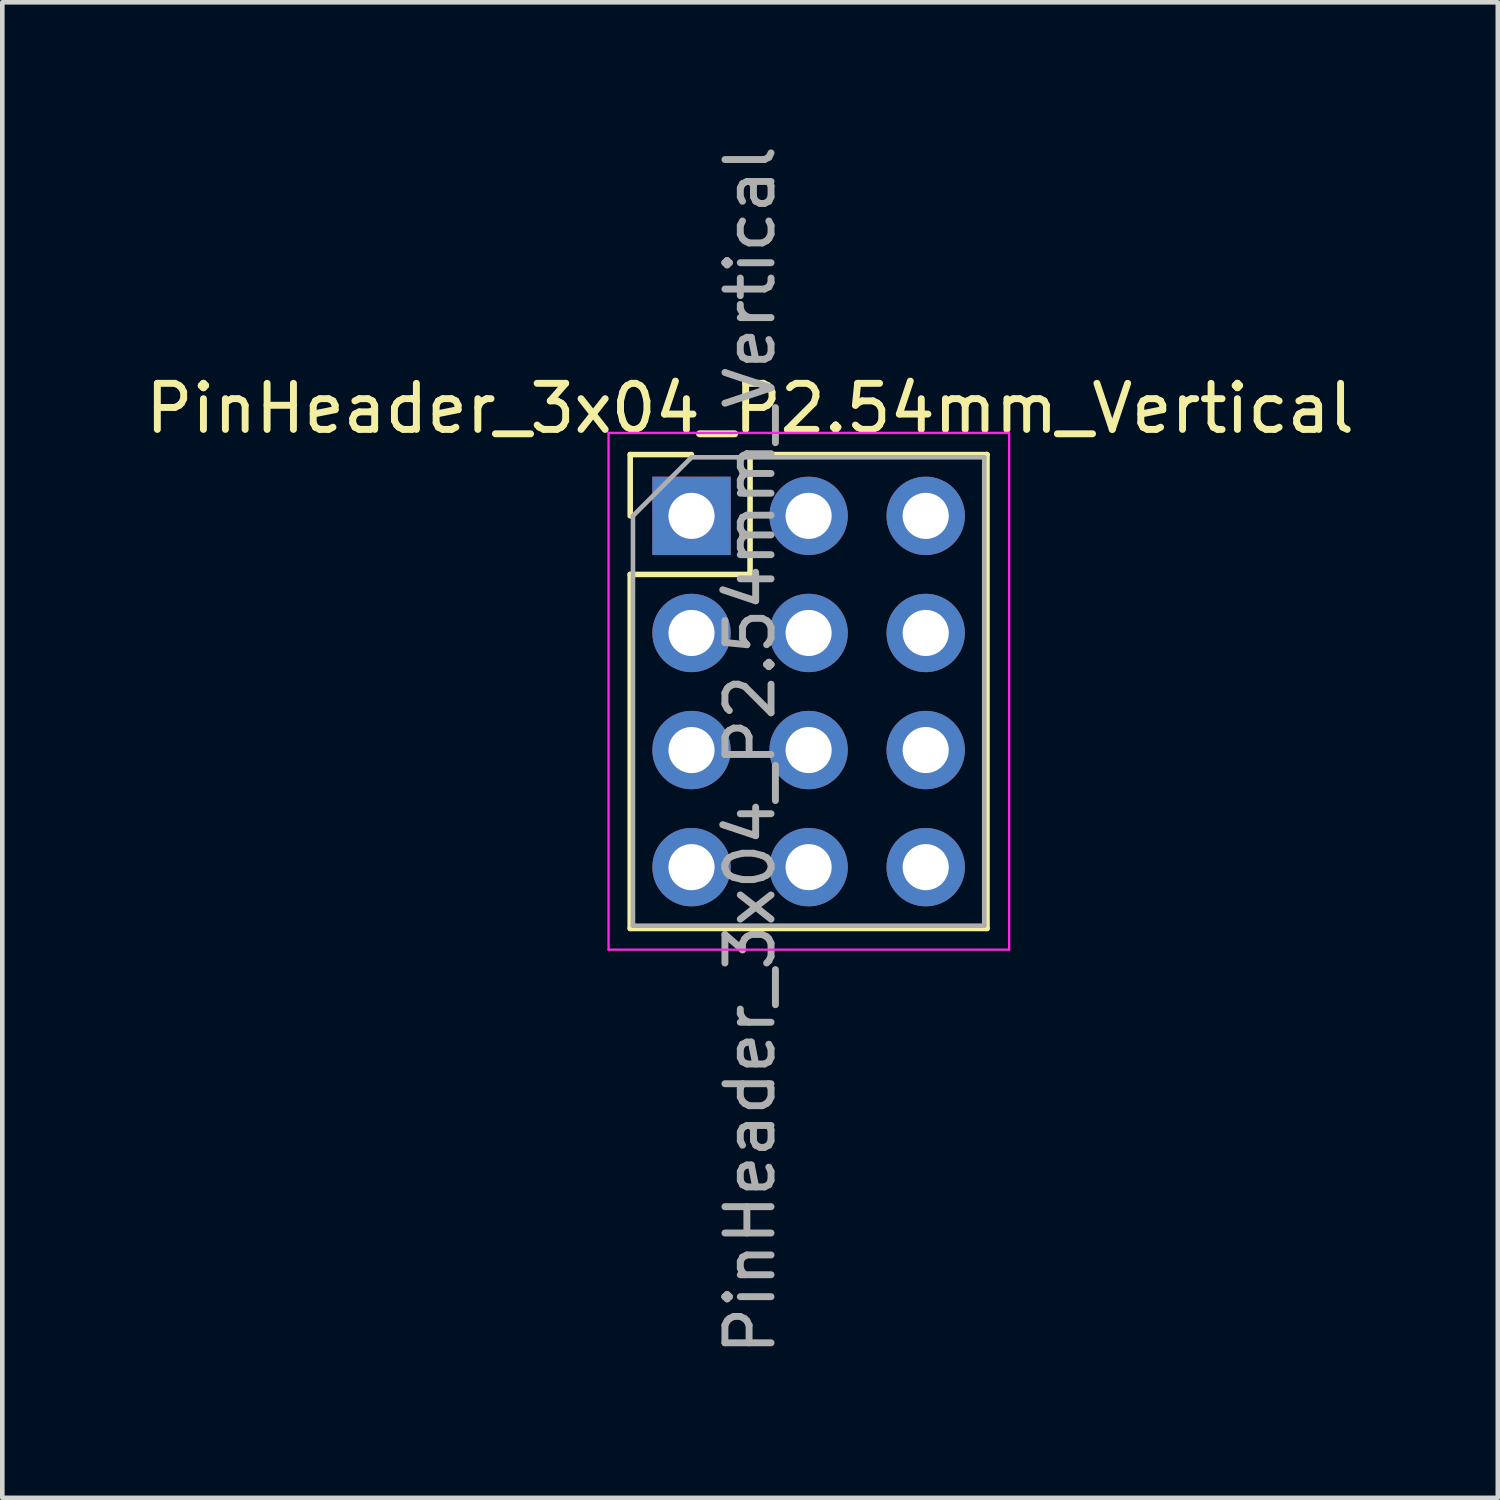
<source format=kicad_pcb>
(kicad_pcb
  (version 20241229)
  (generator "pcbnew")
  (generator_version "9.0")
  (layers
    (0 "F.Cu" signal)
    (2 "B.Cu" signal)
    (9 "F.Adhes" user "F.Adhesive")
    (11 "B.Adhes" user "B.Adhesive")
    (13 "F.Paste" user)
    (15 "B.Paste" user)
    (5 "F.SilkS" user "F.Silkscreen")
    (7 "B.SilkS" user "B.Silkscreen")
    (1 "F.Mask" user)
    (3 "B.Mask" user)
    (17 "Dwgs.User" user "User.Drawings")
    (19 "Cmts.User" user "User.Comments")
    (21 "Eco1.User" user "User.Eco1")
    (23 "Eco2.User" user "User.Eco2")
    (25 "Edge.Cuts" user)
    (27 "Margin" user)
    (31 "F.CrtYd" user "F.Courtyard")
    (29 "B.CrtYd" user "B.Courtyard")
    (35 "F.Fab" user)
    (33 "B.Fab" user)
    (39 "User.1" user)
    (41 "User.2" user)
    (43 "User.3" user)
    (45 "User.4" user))
  (footprint "PinHeader_3x04_P2.54mm_Vertical"
    (layer "F.Cu")
    (at 11.95 8.14)
    (property "Reference" "PinHeader_3x04_P2.54mm_Vertical" (at 1.27 -2.33 0) (layer "F.SilkS") (effects (font (size 1 1) (thickness 0.15))))
    (attr through_hole)
    (fp_line (start -1.33 -1.33) (end 0 -1.33) (stroke (width 0.12) (type solid)) (layer "F.SilkS"))
    (fp_line (start -1.33 0) (end -1.33 -1.33) (stroke (width 0.12) (type solid)) (layer "F.SilkS"))
    (fp_line (start -1.33 1.27) (end -1.33 8.95) (stroke (width 0.12) (type solid)) (layer "F.SilkS"))
    (fp_line (start -1.33 1.27) (end 1.27 1.27) (stroke (width 0.12) (type solid)) (layer "F.SilkS"))
    (fp_line (start -1.33 8.95) (end 6.41 8.95) (stroke (width 0.12) (type solid)) (layer "F.SilkS"))
    (fp_line (start 1.27 -1.33) (end 6.41 -1.33) (stroke (width 0.12) (type solid)) (layer "F.SilkS"))
    (fp_line (start 1.27 1.27) (end 1.27 -1.33) (stroke (width 0.12) (type solid)) (layer "F.SilkS"))
    (fp_line (start 6.41 -1.33) (end 6.41 8.95) (stroke (width 0.12) (type solid)) (layer "F.SilkS"))
    (fp_line (start -1.8 -1.8) (end -1.8 9.41) (stroke (width 0.05) (type solid)) (layer "F.CrtYd"))
    (fp_line (start -1.8 9.41) (end 6.89 9.41) (stroke (width 0.05) (type solid)) (layer "F.CrtYd"))
    (fp_line (start 6.89 -1.8) (end -1.8 -1.8) (stroke (width 0.05) (type solid)) (layer "F.CrtYd"))
    (fp_line (start 6.89 9.41) (end 6.89 -1.8) (stroke (width 0.05) (type solid)) (layer "F.CrtYd"))
    (fp_line (start -1.27 0) (end 0 -1.27) (stroke (width 0.1) (type solid)) (layer "F.Fab"))
    (fp_line (start -1.27 8.89) (end -1.27 0) (stroke (width 0.1) (type solid)) (layer "F.Fab"))
    (fp_line (start 0 -1.27) (end 6.35 -1.27) (stroke (width 0.1) (type solid)) (layer "F.Fab"))
    (fp_line (start 6.35 -1.27) (end 6.35 8.89) (stroke (width 0.1) (type solid)) (layer "F.Fab"))
    (fp_line (start 6.35 8.89) (end -1.27 8.89) (stroke (width 0.1) (type solid)) (layer "F.Fab"))
    (fp_text user "${REFERENCE}" (at 1.27 5.08 90) (layer "F.Fab") (effects (font (size 1 1) (thickness 0.15))))
    (pad "1" thru_hole rect (at 0 0) (size 1.7 1.7) (drill 1) (layers "*.Cu" "*.Mask"))
    (pad "2" thru_hole oval (at 0 2.54) (size 1.7 1.7) (drill 1) (layers "*.Cu" "*.Mask"))
    (pad "3" thru_hole oval (at 0 5.08) (size 1.7 1.7) (drill 1) (layers "*.Cu" "*.Mask"))
    (pad "4" thru_hole oval (at 0 7.62) (size 1.7 1.7) (drill 1) (layers "*.Cu" "*.Mask"))
    (pad "5" thru_hole oval (at 2.54 0) (size 1.7 1.7) (drill 1) (layers "*.Cu" "*.Mask"))
    (pad "6" thru_hole oval (at 2.54 2.54) (size 1.7 1.7) (drill 1) (layers "*.Cu" "*.Mask"))
    (pad "7" thru_hole oval (at 2.54 5.08) (size 1.7 1.7) (drill 1) (layers "*.Cu" "*.Mask"))
    (pad "8" thru_hole oval (at 2.54 7.62) (size 1.7 1.7) (drill 1) (layers "*.Cu" "*.Mask"))
    (pad "9" thru_hole oval (at 5.08 0) (size 1.7 1.7) (drill 1) (layers "*.Cu" "*.Mask"))
    (pad "10" thru_hole oval (at 5.08 2.54) (size 1.7 1.7) (drill 1) (layers "*.Cu" "*.Mask"))
    (pad "11" thru_hole oval (at 5.08 5.08) (size 1.7 1.7) (drill 1) (layers "*.Cu" "*.Mask"))
    (pad "12" thru_hole oval (at 5.08 7.62) (size 1.7 1.7) (drill 1) (layers "*.Cu" "*.Mask")))
  (gr_rect
    (start -3 -3)
    (end 29.44 29.44)
    (stroke (width 0.1) (type default))
    (fill no)
    (layer "Edge.Cuts")))
</source>
